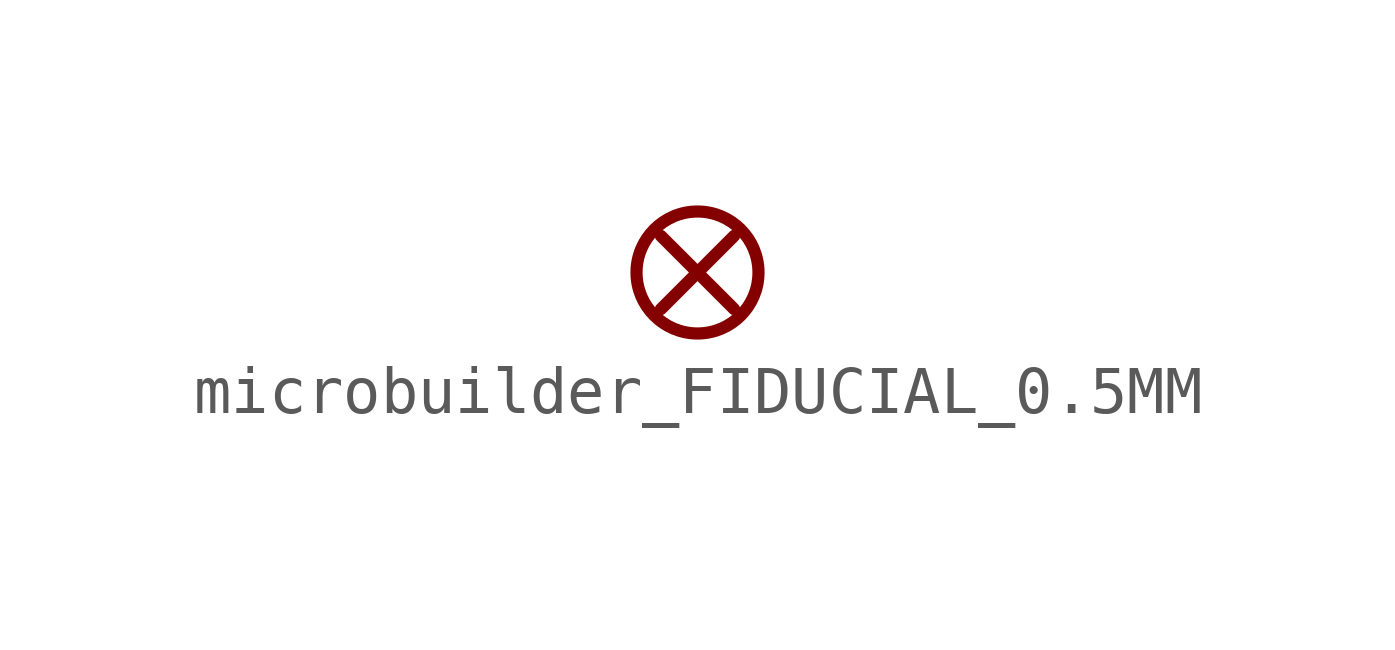
<source format=kicad_sym>
(kicad_symbol_lib
  (version 20231120)
  (generator "kicad_symbol_editor")
  (generator_version "8.0")
  (symbol "microbuilder_FIDUCIAL_0.5MM"
    (property "Reference" "FID"
      (at 0 0 0)
      (effects (font (size 1.27 1.27)) (hide yes)))
    (property "ki_locked" ""
      (at 0 0 0)
      (effects (font (size 1.27 1.27))))
    (symbol "microbuilder_FIDUCIAL_0.5MM_1_0"
      (polyline (pts (xy -0.762 0.762) (xy 0.762 -0.762)) (stroke (width 0.254) (type solid)) (fill (type none)))
      (polyline (pts (xy 0.762 0.762) (xy -0.762 -0.762)) (stroke (width 0.254) (type solid)) (fill (type none)))
      (circle (center 0 0) (radius 1.27) (stroke (width 0.254) (type solid)) (fill (type none))))))
</source>
